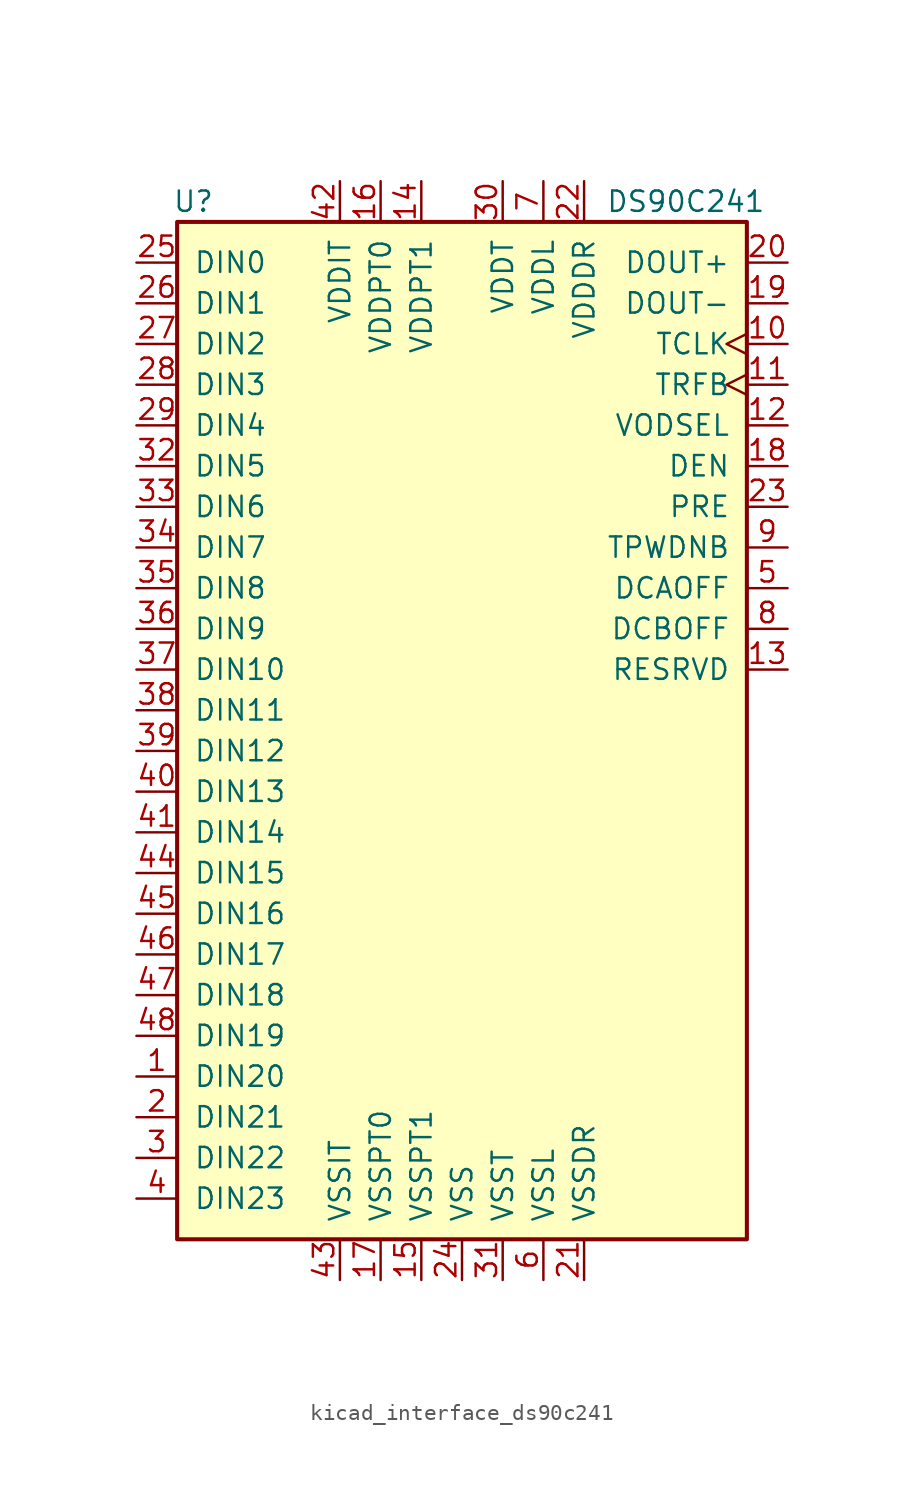
<source format=kicad_sym>
(kicad_symbol_lib
  (version 20220914)
  (generator kicad_symbol_editor)
  (symbol "kicad_interface_ds90c241"
    (pin_names
      (offset 1.016))
    (property "Reference" "U"
      (at -16.764 29.21 0)
      (effects (font (size 1.27 1.27))))
    (property "Value" "DS90C241"
      (at 13.97 29.21 0)
      (effects (font (size 1.27 1.27))))
    (symbol "kicad_interface_ds90c241_0_1"
      (rectangle (start -17.78 27.94) (end 17.78 -35.56) (stroke (width 0.254) (type default)) (fill (type background))))
    (symbol "kicad_interface_ds90c241_1_1"
      (pin input line (at -20.32 -25.4 0) (length 2.54) (name "DIN20" (effects (font (size 1.27 1.27)))) (number "1" (effects (font (size 1.27 1.27)))))
      (pin input clock (at 20.32 20.32 180) (length 2.54) (name "TCLK" (effects (font (size 1.27 1.27)))) (number "10" (effects (font (size 1.27 1.27)))))
      (pin input clock (at 20.32 17.78 180) (length 2.54) (name "TRFB" (effects (font (size 1.27 1.27)))) (number "11" (effects (font (size 1.27 1.27)))))
      (pin input line (at 20.32 15.24 180) (length 2.54) (name "VODSEL" (effects (font (size 1.27 1.27)))) (number "12" (effects (font (size 1.27 1.27)))))
      (pin input line (at 20.32 0 180) (length 2.54) (name "RESRVD" (effects (font (size 1.27 1.27)))) (number "13" (effects (font (size 1.27 1.27)))))
      (pin power_in line (at -2.54 30.48 270) (length 2.54) (name "VDDPT1" (effects (font (size 1.27 1.27)))) (number "14" (effects (font (size 1.27 1.27)))))
      (pin power_in line (at -2.54 -38.1 90) (length 2.54) (name "VSSPT1" (effects (font (size 1.27 1.27)))) (number "15" (effects (font (size 1.27 1.27)))))
      (pin power_in line (at -5.08 30.48 270) (length 2.54) (name "VDDPT0" (effects (font (size 1.27 1.27)))) (number "16" (effects (font (size 1.27 1.27)))))
      (pin power_in line (at -5.08 -38.1 90) (length 2.54) (name "VSSPT0" (effects (font (size 1.27 1.27)))) (number "17" (effects (font (size 1.27 1.27)))))
      (pin input line (at 20.32 12.7 180) (length 2.54) (name "DEN" (effects (font (size 1.27 1.27)))) (number "18" (effects (font (size 1.27 1.27)))))
      (pin output line (at 20.32 22.86 180) (length 2.54) (name "DOUT-" (effects (font (size 1.27 1.27)))) (number "19" (effects (font (size 1.27 1.27)))))
      (pin input line (at -20.32 -27.94 0) (length 2.54) (name "DIN21" (effects (font (size 1.27 1.27)))) (number "2" (effects (font (size 1.27 1.27)))))
      (pin output line (at 20.32 25.4 180) (length 2.54) (name "DOUT+" (effects (font (size 1.27 1.27)))) (number "20" (effects (font (size 1.27 1.27)))))
      (pin power_in line (at 7.62 -38.1 90) (length 2.54) (name "VSSDR" (effects (font (size 1.27 1.27)))) (number "21" (effects (font (size 1.27 1.27)))))
      (pin power_in line (at 7.62 30.48 270) (length 2.54) (name "VDDDR" (effects (font (size 1.27 1.27)))) (number "22" (effects (font (size 1.27 1.27)))))
      (pin input line (at 20.32 10.16 180) (length 2.54) (name "PRE" (effects (font (size 1.27 1.27)))) (number "23" (effects (font (size 1.27 1.27)))))
      (pin power_in line (at 0 -38.1 90) (length 2.54) (name "VSS" (effects (font (size 1.27 1.27)))) (number "24" (effects (font (size 1.27 1.27)))))
      (pin input line (at -20.32 25.4 0) (length 2.54) (name "DIN0" (effects (font (size 1.27 1.27)))) (number "25" (effects (font (size 1.27 1.27)))))
      (pin input line (at -20.32 22.86 0) (length 2.54) (name "DIN1" (effects (font (size 1.27 1.27)))) (number "26" (effects (font (size 1.27 1.27)))))
      (pin input line (at -20.32 20.32 0) (length 2.54) (name "DIN2" (effects (font (size 1.27 1.27)))) (number "27" (effects (font (size 1.27 1.27)))))
      (pin input line (at -20.32 17.78 0) (length 2.54) (name "DIN3" (effects (font (size 1.27 1.27)))) (number "28" (effects (font (size 1.27 1.27)))))
      (pin input line (at -20.32 15.24 0) (length 2.54) (name "DIN4" (effects (font (size 1.27 1.27)))) (number "29" (effects (font (size 1.27 1.27)))))
      (pin input line (at -20.32 -30.48 0) (length 2.54) (name "DIN22" (effects (font (size 1.27 1.27)))) (number "3" (effects (font (size 1.27 1.27)))))
      (pin power_in line (at 2.54 30.48 270) (length 2.54) (name "VDDT" (effects (font (size 1.27 1.27)))) (number "30" (effects (font (size 1.27 1.27)))))
      (pin power_in line (at 2.54 -38.1 90) (length 2.54) (name "VSST" (effects (font (size 1.27 1.27)))) (number "31" (effects (font (size 1.27 1.27)))))
      (pin input line (at -20.32 12.7 0) (length 2.54) (name "DIN5" (effects (font (size 1.27 1.27)))) (number "32" (effects (font (size 1.27 1.27)))))
      (pin input line (at -20.32 10.16 0) (length 2.54) (name "DIN6" (effects (font (size 1.27 1.27)))) (number "33" (effects (font (size 1.27 1.27)))))
      (pin input line (at -20.32 7.62 0) (length 2.54) (name "DIN7" (effects (font (size 1.27 1.27)))) (number "34" (effects (font (size 1.27 1.27)))))
      (pin input line (at -20.32 5.08 0) (length 2.54) (name "DIN8" (effects (font (size 1.27 1.27)))) (number "35" (effects (font (size 1.27 1.27)))))
      (pin input line (at -20.32 2.54 0) (length 2.54) (name "DIN9" (effects (font (size 1.27 1.27)))) (number "36" (effects (font (size 1.27 1.27)))))
      (pin input line (at -20.32 0 0) (length 2.54) (name "DIN10" (effects (font (size 1.27 1.27)))) (number "37" (effects (font (size 1.27 1.27)))))
      (pin input line (at -20.32 -2.54 0) (length 2.54) (name "DIN11" (effects (font (size 1.27 1.27)))) (number "38" (effects (font (size 1.27 1.27)))))
      (pin input line (at -20.32 -5.08 0) (length 2.54) (name "DIN12" (effects (font (size 1.27 1.27)))) (number "39" (effects (font (size 1.27 1.27)))))
      (pin input line (at -20.32 -33.02 0) (length 2.54) (name "DIN23" (effects (font (size 1.27 1.27)))) (number "4" (effects (font (size 1.27 1.27)))))
      (pin input line (at -20.32 -7.62 0) (length 2.54) (name "DIN13" (effects (font (size 1.27 1.27)))) (number "40" (effects (font (size 1.27 1.27)))))
      (pin input line (at -20.32 -10.16 0) (length 2.54) (name "DIN14" (effects (font (size 1.27 1.27)))) (number "41" (effects (font (size 1.27 1.27)))))
      (pin power_in line (at -7.62 30.48 270) (length 2.54) (name "VDDIT" (effects (font (size 1.27 1.27)))) (number "42" (effects (font (size 1.27 1.27)))))
      (pin power_in line (at -7.62 -38.1 90) (length 2.54) (name "VSSIT" (effects (font (size 1.27 1.27)))) (number "43" (effects (font (size 1.27 1.27)))))
      (pin input line (at -20.32 -12.7 0) (length 2.54) (name "DIN15" (effects (font (size 1.27 1.27)))) (number "44" (effects (font (size 1.27 1.27)))))
      (pin input line (at -20.32 -15.24 0) (length 2.54) (name "DIN16" (effects (font (size 1.27 1.27)))) (number "45" (effects (font (size 1.27 1.27)))))
      (pin input line (at -20.32 -17.78 0) (length 2.54) (name "DIN17" (effects (font (size 1.27 1.27)))) (number "46" (effects (font (size 1.27 1.27)))))
      (pin input line (at -20.32 -20.32 0) (length 2.54) (name "DIN18" (effects (font (size 1.27 1.27)))) (number "47" (effects (font (size 1.27 1.27)))))
      (pin input line (at -20.32 -22.86 0) (length 2.54) (name "DIN19" (effects (font (size 1.27 1.27)))) (number "48" (effects (font (size 1.27 1.27)))))
      (pin input line (at 20.32 5.08 180) (length 2.54) (name "DCAOFF" (effects (font (size 1.27 1.27)))) (number "5" (effects (font (size 1.27 1.27)))))
      (pin power_in line (at 5.08 -38.1 90) (length 2.54) (name "VSSL" (effects (font (size 1.27 1.27)))) (number "6" (effects (font (size 1.27 1.27)))))
      (pin power_in line (at 5.08 30.48 270) (length 2.54) (name "VDDL" (effects (font (size 1.27 1.27)))) (number "7" (effects (font (size 1.27 1.27)))))
      (pin input line (at 20.32 2.54 180) (length 2.54) (name "DCBOFF" (effects (font (size 1.27 1.27)))) (number "8" (effects (font (size 1.27 1.27)))))
      (pin input line (at 20.32 7.62 180) (length 2.54) (name "TPWDNB" (effects (font (size 1.27 1.27)))) (number "9" (effects (font (size 1.27 1.27))))))))
</source>
